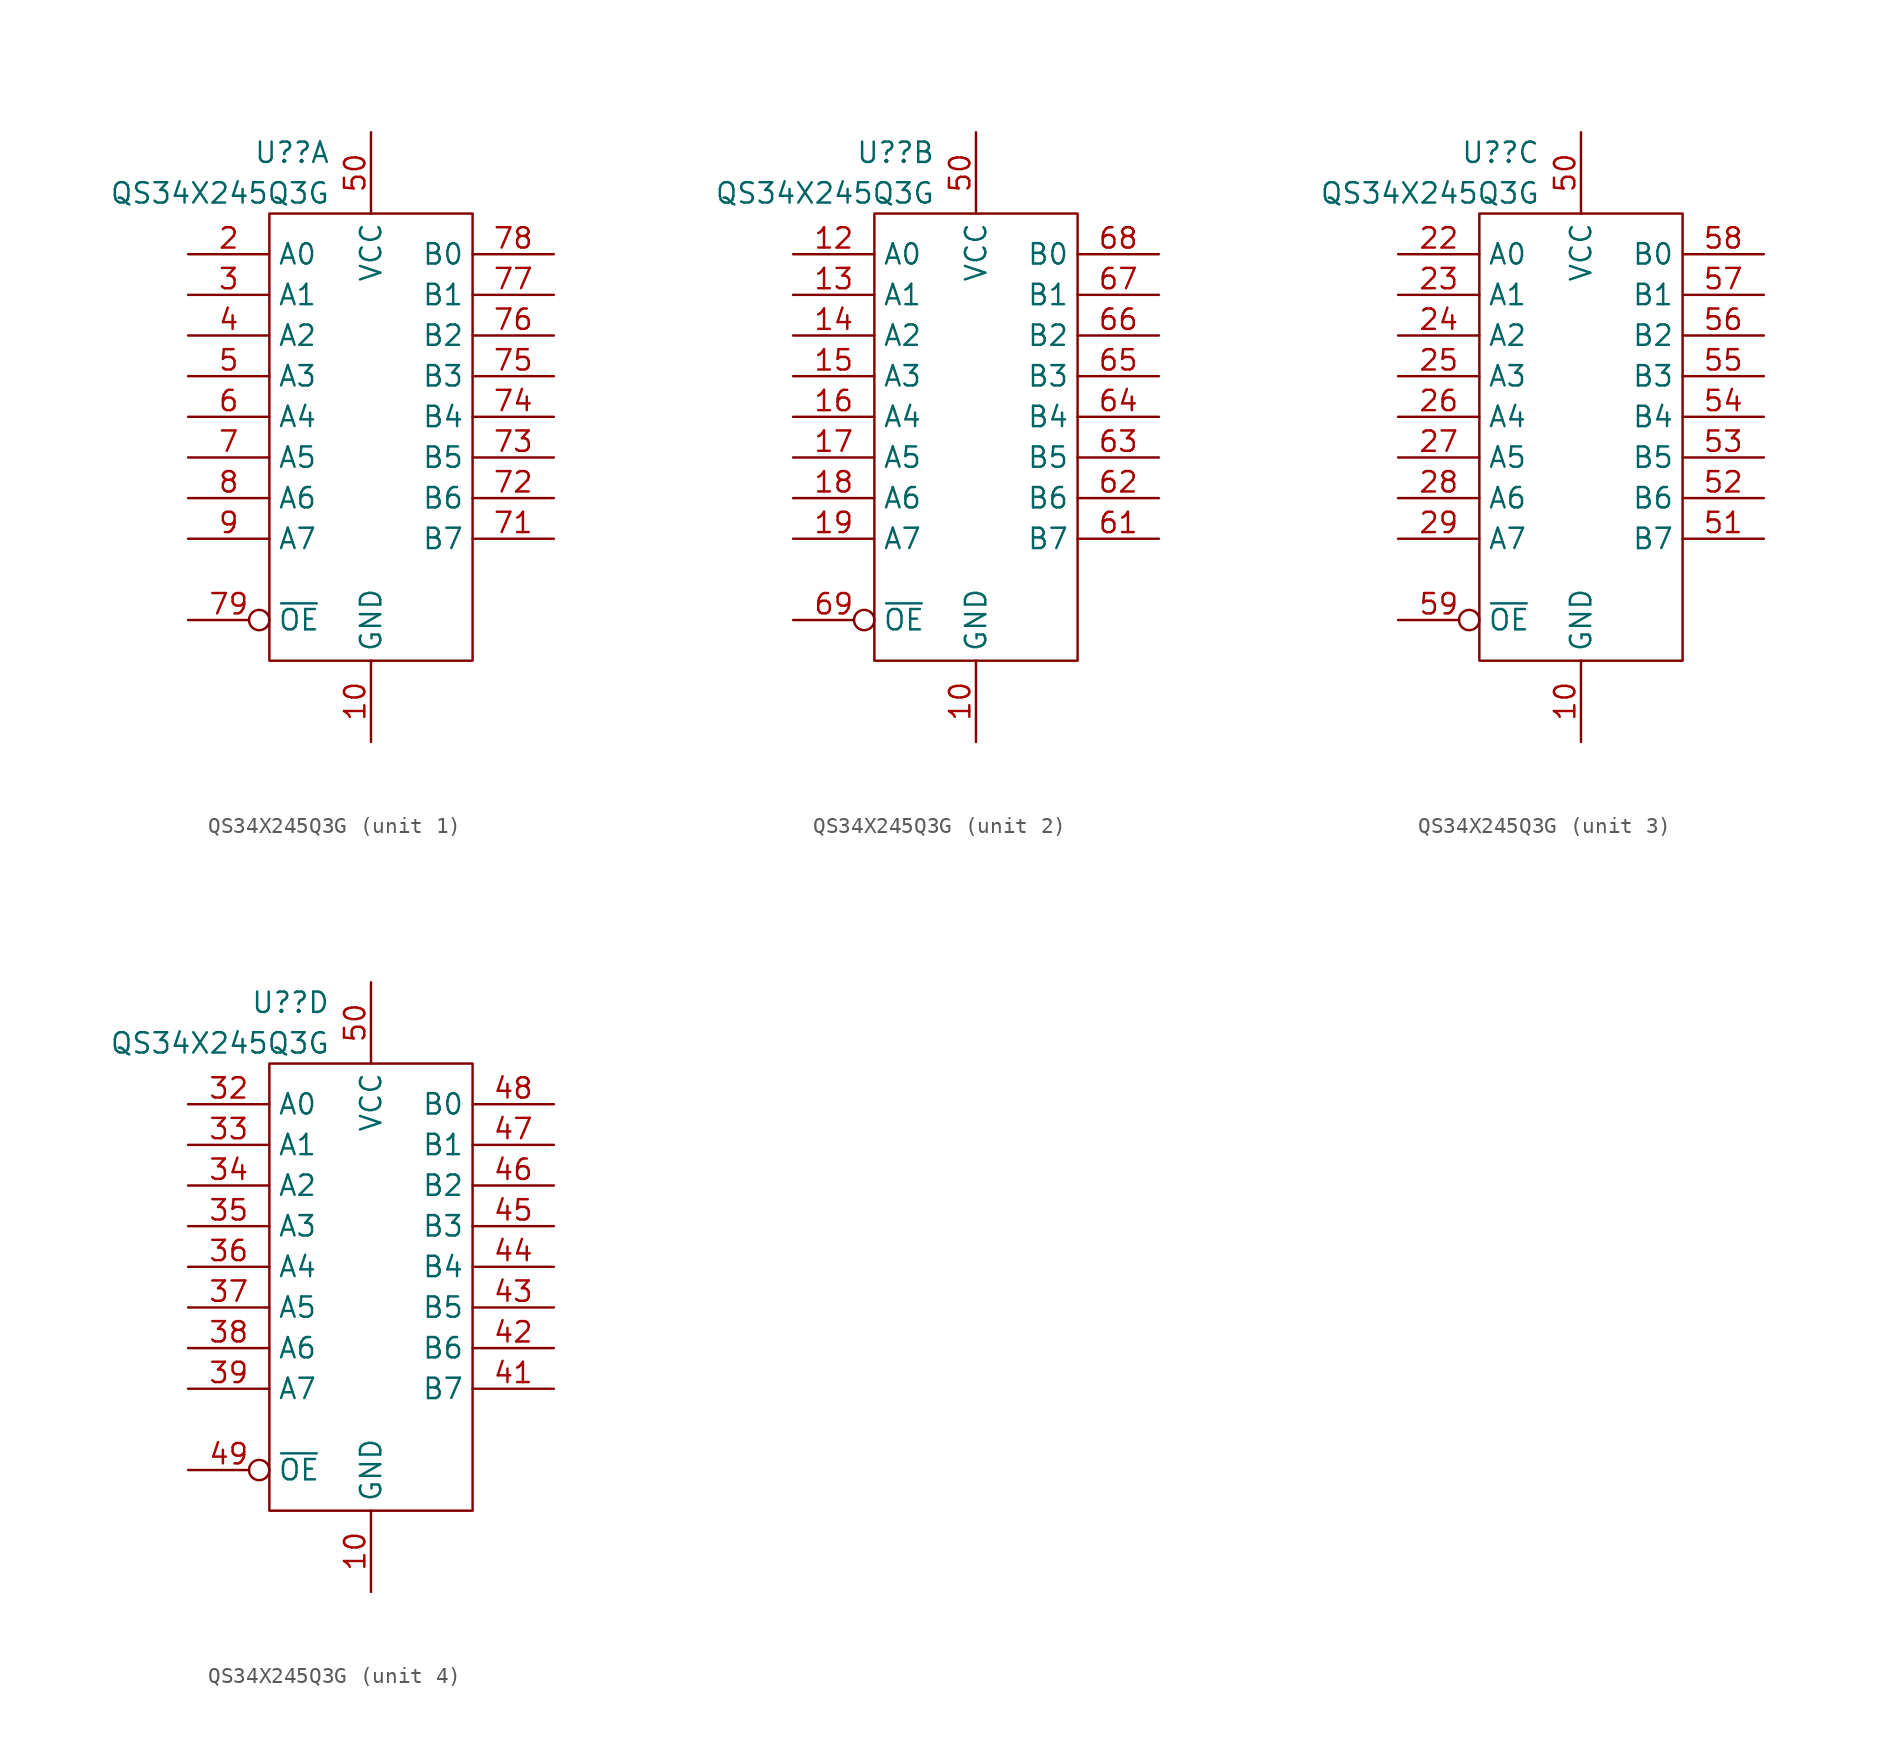
<source format=kicad_sym>
(kicad_symbol_lib
  (version 20211014)
  (generator kicad_symbol_editor)
  (symbol "QS34X245Q3G"
    (property "Reference" "U?"
      (at -2.54 17.78 0)
      (effects (font (size 1.27 1.27)) (justify right)))
    (property "Value" "QS34X245Q3G"
      (at -2.54 15.24 0)
      (effects (font (size 1.27 1.27)) (justify right)))
    (symbol "QS34X245Q3G_0_1"
      (rectangle (start -6.35 13.97) (end 6.35 -13.97) (stroke (width 0) (type default) (color 0 0 0 0)) (fill (type none)))
      (pin no_connect line (at 11.43 -8.89 180) (length 5.08) hide (name "NC" (effects (font (size 0.508 0.508)))) (number "1" (effects (font (size 0.508 0.508)))))
      (pin power_in line (at 0 -19.05 90) (length 5.08) (name "GND" (effects (font (size 1.27 1.27)))) (number "10" (effects (font (size 1.27 1.27)))))
      (pin no_connect line (at 11.43 -10.16 180) (length 5.08) hide (name "NC" (effects (font (size 0.508 0.508)))) (number "11" (effects (font (size 0.508 0.508)))))
      (pin power_in line (at 0 -19.05 90) (length 5.08) hide (name "GND" (effects (font (size 1.27 1.27)))) (number "20" (effects (font (size 1.27 1.27)))))
      (pin no_connect line (at 11.43 -11.43 180) (length 5.08) hide (name "NC" (effects (font (size 0.508 0.508)))) (number "21" (effects (font (size 0.508 0.508)))))
      (pin power_in line (at 0 -19.05 90) (length 5.08) hide (name "GND" (effects (font (size 1.27 1.27)))) (number "30" (effects (font (size 1.27 1.27)))))
      (pin no_connect line (at 11.43 -12.7 180) (length 5.08) hide (name "NC" (effects (font (size 0.508 0.508)))) (number "31" (effects (font (size 0.508 0.508)))))
      (pin power_in line (at 0 -19.05 90) (length 5.08) hide (name "GND" (effects (font (size 1.27 1.27)))) (number "40" (effects (font (size 1.27 1.27)))))
      (pin power_in line (at 0 19.05 270) (length 5.08) (name "VCC" (effects (font (size 1.27 1.27)))) (number "50" (effects (font (size 1.27 1.27)))))
      (pin power_in line (at 0 19.05 270) (length 5.08) hide (name "VCC" (effects (font (size 1.27 1.27)))) (number "60" (effects (font (size 1.27 1.27)))))
      (pin power_in line (at 0 19.05 270) (length 5.08) hide (name "VCC" (effects (font (size 1.27 1.27)))) (number "70" (effects (font (size 1.27 1.27)))))
      (pin power_in line (at 0 19.05 270) (length 5.08) hide (name "VCC" (effects (font (size 1.27 1.27)))) (number "80" (effects (font (size 1.27 1.27))))))
    (symbol "QS34X245Q3G_1_1"
      (pin bidirectional line (at -11.43 11.43 0) (length 5.08) (name "A0" (effects (font (size 1.27 1.27)))) (number "2" (effects (font (size 1.27 1.27)))))
      (pin bidirectional line (at -11.43 8.89 0) (length 5.08) (name "A1" (effects (font (size 1.27 1.27)))) (number "3" (effects (font (size 1.27 1.27)))))
      (pin bidirectional line (at -11.43 6.35 0) (length 5.08) (name "A2" (effects (font (size 1.27 1.27)))) (number "4" (effects (font (size 1.27 1.27)))))
      (pin bidirectional line (at -11.43 3.81 0) (length 5.08) (name "A3" (effects (font (size 1.27 1.27)))) (number "5" (effects (font (size 1.27 1.27)))))
      (pin bidirectional line (at -11.43 1.27 0) (length 5.08) (name "A4" (effects (font (size 1.27 1.27)))) (number "6" (effects (font (size 1.27 1.27)))))
      (pin bidirectional line (at -11.43 -1.27 0) (length 5.08) (name "A5" (effects (font (size 1.27 1.27)))) (number "7" (effects (font (size 1.27 1.27)))))
      (pin bidirectional line (at 11.43 -6.35 180) (length 5.08) (name "B7" (effects (font (size 1.27 1.27)))) (number "71" (effects (font (size 1.27 1.27)))))
      (pin bidirectional line (at 11.43 -3.81 180) (length 5.08) (name "B6" (effects (font (size 1.27 1.27)))) (number "72" (effects (font (size 1.27 1.27)))))
      (pin bidirectional line (at 11.43 -1.27 180) (length 5.08) (name "B5" (effects (font (size 1.27 1.27)))) (number "73" (effects (font (size 1.27 1.27)))))
      (pin bidirectional line (at 11.43 1.27 180) (length 5.08) (name "B4" (effects (font (size 1.27 1.27)))) (number "74" (effects (font (size 1.27 1.27)))))
      (pin bidirectional line (at 11.43 3.81 180) (length 5.08) (name "B3" (effects (font (size 1.27 1.27)))) (number "75" (effects (font (size 1.27 1.27)))))
      (pin bidirectional line (at 11.43 6.35 180) (length 5.08) (name "B2" (effects (font (size 1.27 1.27)))) (number "76" (effects (font (size 1.27 1.27)))))
      (pin bidirectional line (at 11.43 8.89 180) (length 5.08) (name "B1" (effects (font (size 1.27 1.27)))) (number "77" (effects (font (size 1.27 1.27)))))
      (pin bidirectional line (at 11.43 11.43 180) (length 5.08) (name "B0" (effects (font (size 1.27 1.27)))) (number "78" (effects (font (size 1.27 1.27)))))
      (pin bidirectional inverted (at -11.43 -11.43 0) (length 5.08) (name "~{OE}" (effects (font (size 1.27 1.27)))) (number "79" (effects (font (size 1.27 1.27)))))
      (pin bidirectional line (at -11.43 -3.81 0) (length 5.08) (name "A6" (effects (font (size 1.27 1.27)))) (number "8" (effects (font (size 1.27 1.27)))))
      (pin bidirectional line (at -11.43 -6.35 0) (length 5.08) (name "A7" (effects (font (size 1.27 1.27)))) (number "9" (effects (font (size 1.27 1.27))))))
    (symbol "QS34X245Q3G_2_1"
      (pin bidirectional line (at -11.43 11.43 0) (length 5.08) (name "A0" (effects (font (size 1.27 1.27)))) (number "12" (effects (font (size 1.27 1.27)))))
      (pin bidirectional line (at -11.43 8.89 0) (length 5.08) (name "A1" (effects (font (size 1.27 1.27)))) (number "13" (effects (font (size 1.27 1.27)))))
      (pin bidirectional line (at -11.43 6.35 0) (length 5.08) (name "A2" (effects (font (size 1.27 1.27)))) (number "14" (effects (font (size 1.27 1.27)))))
      (pin bidirectional line (at -11.43 3.81 0) (length 5.08) (name "A3" (effects (font (size 1.27 1.27)))) (number "15" (effects (font (size 1.27 1.27)))))
      (pin bidirectional line (at -11.43 1.27 0) (length 5.08) (name "A4" (effects (font (size 1.27 1.27)))) (number "16" (effects (font (size 1.27 1.27)))))
      (pin bidirectional line (at -11.43 -1.27 0) (length 5.08) (name "A5" (effects (font (size 1.27 1.27)))) (number "17" (effects (font (size 1.27 1.27)))))
      (pin bidirectional line (at -11.43 -3.81 0) (length 5.08) (name "A6" (effects (font (size 1.27 1.27)))) (number "18" (effects (font (size 1.27 1.27)))))
      (pin bidirectional line (at -11.43 -6.35 0) (length 5.08) (name "A7" (effects (font (size 1.27 1.27)))) (number "19" (effects (font (size 1.27 1.27)))))
      (pin bidirectional line (at 11.43 -6.35 180) (length 5.08) (name "B7" (effects (font (size 1.27 1.27)))) (number "61" (effects (font (size 1.27 1.27)))))
      (pin bidirectional line (at 11.43 -3.81 180) (length 5.08) (name "B6" (effects (font (size 1.27 1.27)))) (number "62" (effects (font (size 1.27 1.27)))))
      (pin bidirectional line (at 11.43 -1.27 180) (length 5.08) (name "B5" (effects (font (size 1.27 1.27)))) (number "63" (effects (font (size 1.27 1.27)))))
      (pin bidirectional line (at 11.43 1.27 180) (length 5.08) (name "B4" (effects (font (size 1.27 1.27)))) (number "64" (effects (font (size 1.27 1.27)))))
      (pin bidirectional line (at 11.43 3.81 180) (length 5.08) (name "B3" (effects (font (size 1.27 1.27)))) (number "65" (effects (font (size 1.27 1.27)))))
      (pin bidirectional line (at 11.43 6.35 180) (length 5.08) (name "B2" (effects (font (size 1.27 1.27)))) (number "66" (effects (font (size 1.27 1.27)))))
      (pin bidirectional line (at 11.43 8.89 180) (length 5.08) (name "B1" (effects (font (size 1.27 1.27)))) (number "67" (effects (font (size 1.27 1.27)))))
      (pin bidirectional line (at 11.43 11.43 180) (length 5.08) (name "B0" (effects (font (size 1.27 1.27)))) (number "68" (effects (font (size 1.27 1.27)))))
      (pin bidirectional inverted (at -11.43 -11.43 0) (length 5.08) (name "~{OE}" (effects (font (size 1.27 1.27)))) (number "69" (effects (font (size 1.27 1.27))))))
    (symbol "QS34X245Q3G_3_1"
      (pin bidirectional line (at -11.43 11.43 0) (length 5.08) (name "A0" (effects (font (size 1.27 1.27)))) (number "22" (effects (font (size 1.27 1.27)))))
      (pin bidirectional line (at -11.43 8.89 0) (length 5.08) (name "A1" (effects (font (size 1.27 1.27)))) (number "23" (effects (font (size 1.27 1.27)))))
      (pin bidirectional line (at -11.43 6.35 0) (length 5.08) (name "A2" (effects (font (size 1.27 1.27)))) (number "24" (effects (font (size 1.27 1.27)))))
      (pin bidirectional line (at -11.43 3.81 0) (length 5.08) (name "A3" (effects (font (size 1.27 1.27)))) (number "25" (effects (font (size 1.27 1.27)))))
      (pin bidirectional line (at -11.43 1.27 0) (length 5.08) (name "A4" (effects (font (size 1.27 1.27)))) (number "26" (effects (font (size 1.27 1.27)))))
      (pin bidirectional line (at -11.43 -1.27 0) (length 5.08) (name "A5" (effects (font (size 1.27 1.27)))) (number "27" (effects (font (size 1.27 1.27)))))
      (pin bidirectional line (at -11.43 -3.81 0) (length 5.08) (name "A6" (effects (font (size 1.27 1.27)))) (number "28" (effects (font (size 1.27 1.27)))))
      (pin bidirectional line (at -11.43 -6.35 0) (length 5.08) (name "A7" (effects (font (size 1.27 1.27)))) (number "29" (effects (font (size 1.27 1.27)))))
      (pin bidirectional line (at 11.43 -6.35 180) (length 5.08) (name "B7" (effects (font (size 1.27 1.27)))) (number "51" (effects (font (size 1.27 1.27)))))
      (pin bidirectional line (at 11.43 -3.81 180) (length 5.08) (name "B6" (effects (font (size 1.27 1.27)))) (number "52" (effects (font (size 1.27 1.27)))))
      (pin bidirectional line (at 11.43 -1.27 180) (length 5.08) (name "B5" (effects (font (size 1.27 1.27)))) (number "53" (effects (font (size 1.27 1.27)))))
      (pin bidirectional line (at 11.43 1.27 180) (length 5.08) (name "B4" (effects (font (size 1.27 1.27)))) (number "54" (effects (font (size 1.27 1.27)))))
      (pin bidirectional line (at 11.43 3.81 180) (length 5.08) (name "B3" (effects (font (size 1.27 1.27)))) (number "55" (effects (font (size 1.27 1.27)))))
      (pin bidirectional line (at 11.43 6.35 180) (length 5.08) (name "B2" (effects (font (size 1.27 1.27)))) (number "56" (effects (font (size 1.27 1.27)))))
      (pin bidirectional line (at 11.43 8.89 180) (length 5.08) (name "B1" (effects (font (size 1.27 1.27)))) (number "57" (effects (font (size 1.27 1.27)))))
      (pin bidirectional line (at 11.43 11.43 180) (length 5.08) (name "B0" (effects (font (size 1.27 1.27)))) (number "58" (effects (font (size 1.27 1.27)))))
      (pin bidirectional inverted (at -11.43 -11.43 0) (length 5.08) (name "~{OE}" (effects (font (size 1.27 1.27)))) (number "59" (effects (font (size 1.27 1.27))))))
    (symbol "QS34X245Q3G_4_1"
      (pin bidirectional line (at -11.43 11.43 0) (length 5.08) (name "A0" (effects (font (size 1.27 1.27)))) (number "32" (effects (font (size 1.27 1.27)))))
      (pin bidirectional line (at -11.43 8.89 0) (length 5.08) (name "A1" (effects (font (size 1.27 1.27)))) (number "33" (effects (font (size 1.27 1.27)))))
      (pin bidirectional line (at -11.43 6.35 0) (length 5.08) (name "A2" (effects (font (size 1.27 1.27)))) (number "34" (effects (font (size 1.27 1.27)))))
      (pin bidirectional line (at -11.43 3.81 0) (length 5.08) (name "A3" (effects (font (size 1.27 1.27)))) (number "35" (effects (font (size 1.27 1.27)))))
      (pin bidirectional line (at -11.43 1.27 0) (length 5.08) (name "A4" (effects (font (size 1.27 1.27)))) (number "36" (effects (font (size 1.27 1.27)))))
      (pin bidirectional line (at -11.43 -1.27 0) (length 5.08) (name "A5" (effects (font (size 1.27 1.27)))) (number "37" (effects (font (size 1.27 1.27)))))
      (pin bidirectional line (at -11.43 -3.81 0) (length 5.08) (name "A6" (effects (font (size 1.27 1.27)))) (number "38" (effects (font (size 1.27 1.27)))))
      (pin bidirectional line (at -11.43 -6.35 0) (length 5.08) (name "A7" (effects (font (size 1.27 1.27)))) (number "39" (effects (font (size 1.27 1.27)))))
      (pin bidirectional line (at 11.43 -6.35 180) (length 5.08) (name "B7" (effects (font (size 1.27 1.27)))) (number "41" (effects (font (size 1.27 1.27)))))
      (pin bidirectional line (at 11.43 -3.81 180) (length 5.08) (name "B6" (effects (font (size 1.27 1.27)))) (number "42" (effects (font (size 1.27 1.27)))))
      (pin bidirectional line (at 11.43 -1.27 180) (length 5.08) (name "B5" (effects (font (size 1.27 1.27)))) (number "43" (effects (font (size 1.27 1.27)))))
      (pin bidirectional line (at 11.43 1.27 180) (length 5.08) (name "B4" (effects (font (size 1.27 1.27)))) (number "44" (effects (font (size 1.27 1.27)))))
      (pin bidirectional line (at 11.43 3.81 180) (length 5.08) (name "B3" (effects (font (size 1.27 1.27)))) (number "45" (effects (font (size 1.27 1.27)))))
      (pin bidirectional line (at 11.43 6.35 180) (length 5.08) (name "B2" (effects (font (size 1.27 1.27)))) (number "46" (effects (font (size 1.27 1.27)))))
      (pin bidirectional line (at 11.43 8.89 180) (length 5.08) (name "B1" (effects (font (size 1.27 1.27)))) (number "47" (effects (font (size 1.27 1.27)))))
      (pin bidirectional line (at 11.43 11.43 180) (length 5.08) (name "B0" (effects (font (size 1.27 1.27)))) (number "48" (effects (font (size 1.27 1.27)))))
      (pin bidirectional inverted (at -11.43 -11.43 0) (length 5.08) (name "~{OE}" (effects (font (size 1.27 1.27)))) (number "49" (effects (font (size 1.27 1.27))))))))
</source>
